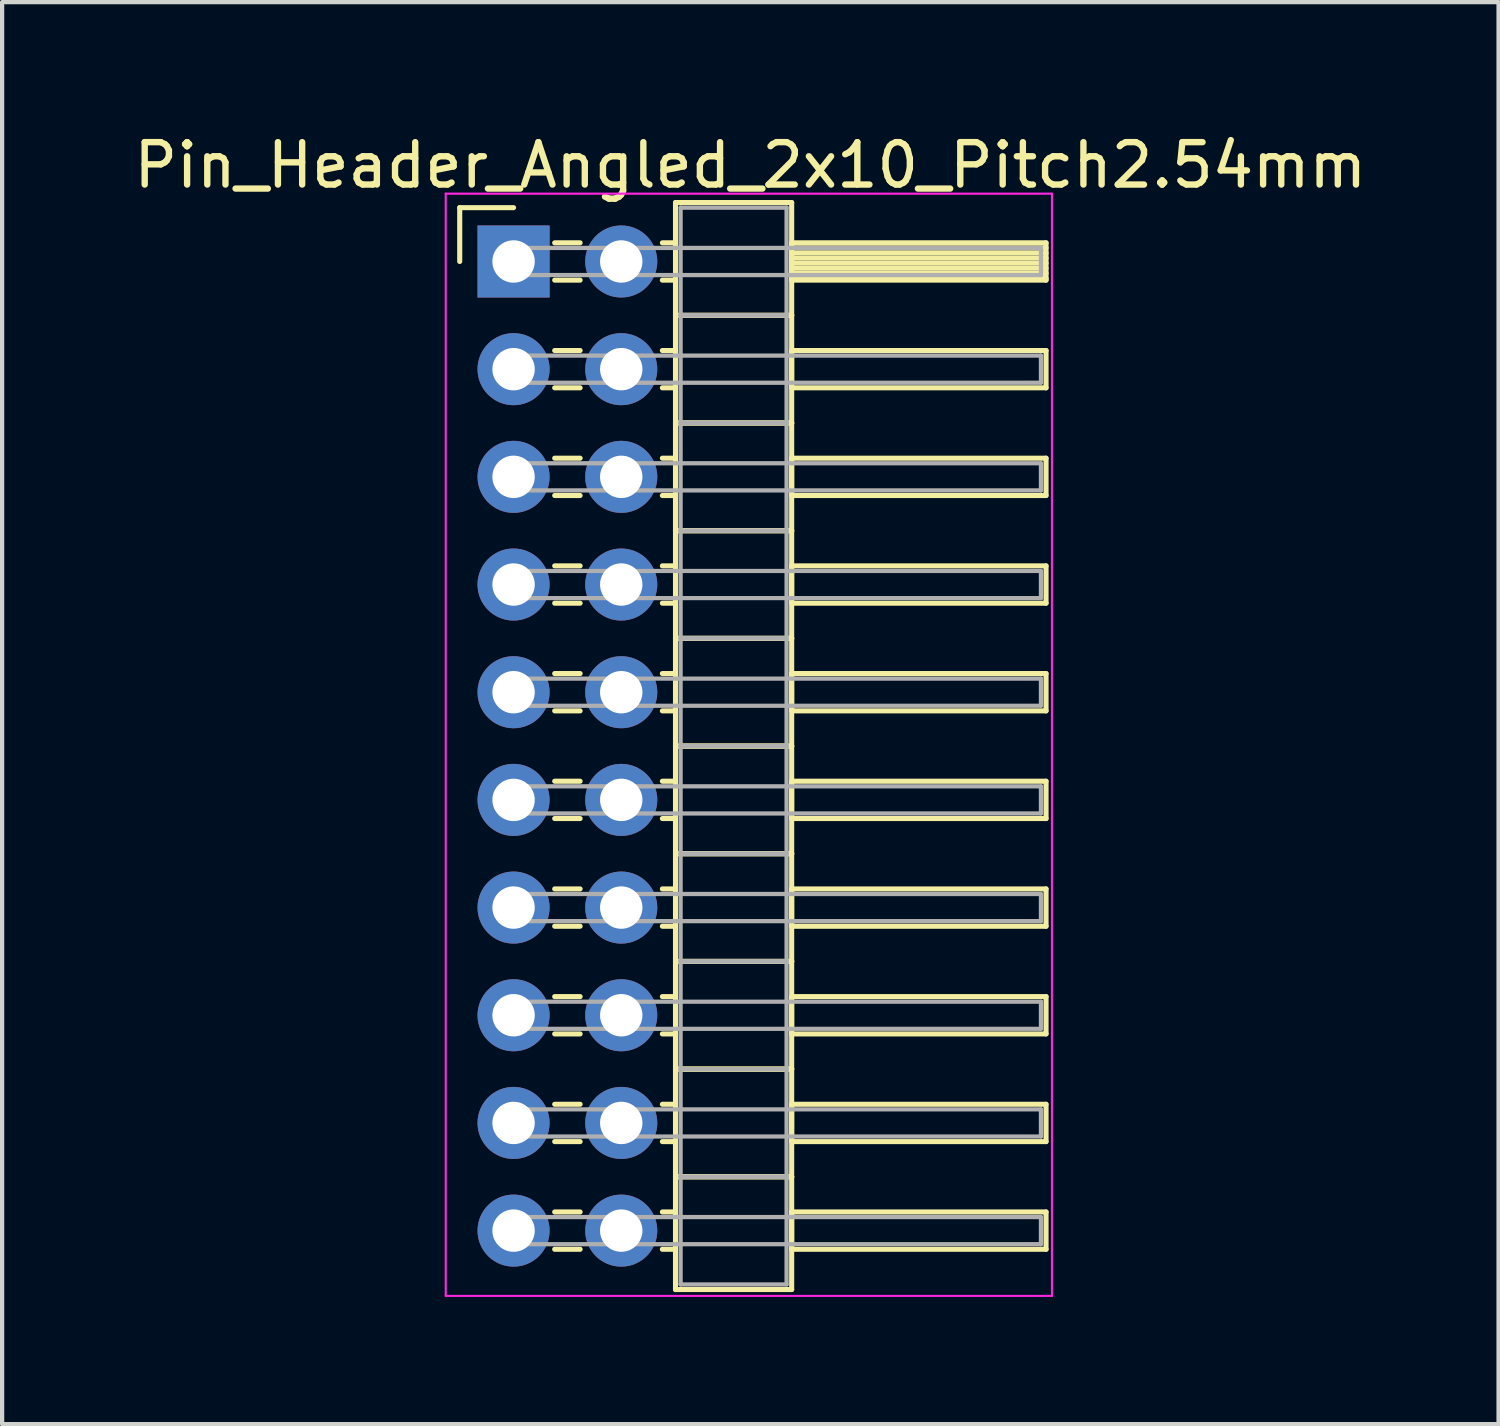
<source format=kicad_pcb>
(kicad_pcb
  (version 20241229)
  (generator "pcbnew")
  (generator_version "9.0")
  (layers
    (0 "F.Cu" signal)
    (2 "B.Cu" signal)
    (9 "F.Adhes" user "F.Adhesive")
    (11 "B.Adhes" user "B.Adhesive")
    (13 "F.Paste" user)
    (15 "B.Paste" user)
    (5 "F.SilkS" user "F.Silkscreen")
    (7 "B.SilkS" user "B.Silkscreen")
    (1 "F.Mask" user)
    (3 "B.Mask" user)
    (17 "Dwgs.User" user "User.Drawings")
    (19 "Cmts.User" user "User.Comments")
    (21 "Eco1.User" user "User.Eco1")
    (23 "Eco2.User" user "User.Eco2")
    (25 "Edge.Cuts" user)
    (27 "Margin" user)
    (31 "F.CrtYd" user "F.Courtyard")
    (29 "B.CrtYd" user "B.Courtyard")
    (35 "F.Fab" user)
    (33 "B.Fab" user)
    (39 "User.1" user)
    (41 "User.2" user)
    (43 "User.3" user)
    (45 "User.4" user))
  (footprint "Pin_Header_Angled_2x10_Pitch2.54mm"
    (layer "F.Cu")
    (at 9.064 3.118)
    (property "Reference" "Pin_Header_Angled_2x10_Pitch2.54mm" (at 5.585 -2.27 0) (layer "F.SilkS") (effects (font (size 1 1) (thickness 0.15))))
    (attr through_hole)
    (fp_line (start -1.27 -1.27) (end 0 -1.27) (stroke (width 0.12) (type solid)) (layer "F.SilkS"))
    (fp_line (start -1.27 0) (end -1.27 -1.27) (stroke (width 0.12) (type solid)) (layer "F.SilkS"))
    (fp_line (start 0.97 -0.44) (end 1.57 -0.44) (stroke (width 0.12) (type solid)) (layer "F.SilkS"))
    (fp_line (start 0.97 0.44) (end 1.57 0.44) (stroke (width 0.12) (type solid)) (layer "F.SilkS"))
    (fp_line (start 0.97 2.1) (end 1.57 2.1) (stroke (width 0.12) (type solid)) (layer "F.SilkS"))
    (fp_line (start 0.97 2.98) (end 1.57 2.98) (stroke (width 0.12) (type solid)) (layer "F.SilkS"))
    (fp_line (start 0.97 4.64) (end 1.57 4.64) (stroke (width 0.12) (type solid)) (layer "F.SilkS"))
    (fp_line (start 0.97 5.52) (end 1.57 5.52) (stroke (width 0.12) (type solid)) (layer "F.SilkS"))
    (fp_line (start 0.97 7.18) (end 1.57 7.18) (stroke (width 0.12) (type solid)) (layer "F.SilkS"))
    (fp_line (start 0.97 8.06) (end 1.57 8.06) (stroke (width 0.12) (type solid)) (layer "F.SilkS"))
    (fp_line (start 0.97 9.72) (end 1.57 9.72) (stroke (width 0.12) (type solid)) (layer "F.SilkS"))
    (fp_line (start 0.97 10.6) (end 1.57 10.6) (stroke (width 0.12) (type solid)) (layer "F.SilkS"))
    (fp_line (start 0.97 12.26) (end 1.57 12.26) (stroke (width 0.12) (type solid)) (layer "F.SilkS"))
    (fp_line (start 0.97 13.14) (end 1.57 13.14) (stroke (width 0.12) (type solid)) (layer "F.SilkS"))
    (fp_line (start 0.97 14.8) (end 1.57 14.8) (stroke (width 0.12) (type solid)) (layer "F.SilkS"))
    (fp_line (start 0.97 15.68) (end 1.57 15.68) (stroke (width 0.12) (type solid)) (layer "F.SilkS"))
    (fp_line (start 0.97 17.34) (end 1.57 17.34) (stroke (width 0.12) (type solid)) (layer "F.SilkS"))
    (fp_line (start 0.97 18.22) (end 1.57 18.22) (stroke (width 0.12) (type solid)) (layer "F.SilkS"))
    (fp_line (start 0.97 19.88) (end 1.57 19.88) (stroke (width 0.12) (type solid)) (layer "F.SilkS"))
    (fp_line (start 0.97 20.76) (end 1.57 20.76) (stroke (width 0.12) (type solid)) (layer "F.SilkS"))
    (fp_line (start 0.97 22.42) (end 1.57 22.42) (stroke (width 0.12) (type solid)) (layer "F.SilkS"))
    (fp_line (start 0.97 23.3) (end 1.57 23.3) (stroke (width 0.12) (type solid)) (layer "F.SilkS"))
    (fp_line (start 3.51 -0.44) (end 3.82 -0.44) (stroke (width 0.12) (type solid)) (layer "F.SilkS"))
    (fp_line (start 3.51 0.44) (end 3.82 0.44) (stroke (width 0.12) (type solid)) (layer "F.SilkS"))
    (fp_line (start 3.51 2.1) (end 3.82 2.1) (stroke (width 0.12) (type solid)) (layer "F.SilkS"))
    (fp_line (start 3.51 2.98) (end 3.82 2.98) (stroke (width 0.12) (type solid)) (layer "F.SilkS"))
    (fp_line (start 3.51 4.64) (end 3.82 4.64) (stroke (width 0.12) (type solid)) (layer "F.SilkS"))
    (fp_line (start 3.51 5.52) (end 3.82 5.52) (stroke (width 0.12) (type solid)) (layer "F.SilkS"))
    (fp_line (start 3.51 7.18) (end 3.82 7.18) (stroke (width 0.12) (type solid)) (layer "F.SilkS"))
    (fp_line (start 3.51 8.06) (end 3.82 8.06) (stroke (width 0.12) (type solid)) (layer "F.SilkS"))
    (fp_line (start 3.51 9.72) (end 3.82 9.72) (stroke (width 0.12) (type solid)) (layer "F.SilkS"))
    (fp_line (start 3.51 10.6) (end 3.82 10.6) (stroke (width 0.12) (type solid)) (layer "F.SilkS"))
    (fp_line (start 3.51 12.26) (end 3.82 12.26) (stroke (width 0.12) (type solid)) (layer "F.SilkS"))
    (fp_line (start 3.51 13.14) (end 3.82 13.14) (stroke (width 0.12) (type solid)) (layer "F.SilkS"))
    (fp_line (start 3.51 14.8) (end 3.82 14.8) (stroke (width 0.12) (type solid)) (layer "F.SilkS"))
    (fp_line (start 3.51 15.68) (end 3.82 15.68) (stroke (width 0.12) (type solid)) (layer "F.SilkS"))
    (fp_line (start 3.51 17.34) (end 3.82 17.34) (stroke (width 0.12) (type solid)) (layer "F.SilkS"))
    (fp_line (start 3.51 18.22) (end 3.82 18.22) (stroke (width 0.12) (type solid)) (layer "F.SilkS"))
    (fp_line (start 3.51 19.88) (end 3.82 19.88) (stroke (width 0.12) (type solid)) (layer "F.SilkS"))
    (fp_line (start 3.51 20.76) (end 3.82 20.76) (stroke (width 0.12) (type solid)) (layer "F.SilkS"))
    (fp_line (start 3.51 22.42) (end 3.82 22.42) (stroke (width 0.12) (type solid)) (layer "F.SilkS"))
    (fp_line (start 3.51 23.3) (end 3.82 23.3) (stroke (width 0.12) (type solid)) (layer "F.SilkS"))
    (fp_line (start 3.82 -1.39) (end 3.82 1.27) (stroke (width 0.12) (type solid)) (layer "F.SilkS"))
    (fp_line (start 3.82 1.27) (end 3.82 3.81) (stroke (width 0.12) (type solid)) (layer "F.SilkS"))
    (fp_line (start 3.82 1.27) (end 6.56 1.27) (stroke (width 0.12) (type solid)) (layer "F.SilkS"))
    (fp_line (start 3.82 3.81) (end 3.82 6.35) (stroke (width 0.12) (type solid)) (layer "F.SilkS"))
    (fp_line (start 3.82 3.81) (end 6.56 3.81) (stroke (width 0.12) (type solid)) (layer "F.SilkS"))
    (fp_line (start 3.82 6.35) (end 3.82 8.89) (stroke (width 0.12) (type solid)) (layer "F.SilkS"))
    (fp_line (start 3.82 6.35) (end 6.56 6.35) (stroke (width 0.12) (type solid)) (layer "F.SilkS"))
    (fp_line (start 3.82 8.89) (end 3.82 11.43) (stroke (width 0.12) (type solid)) (layer "F.SilkS"))
    (fp_line (start 3.82 8.89) (end 6.56 8.89) (stroke (width 0.12) (type solid)) (layer "F.SilkS"))
    (fp_line (start 3.82 11.43) (end 3.82 13.97) (stroke (width 0.12) (type solid)) (layer "F.SilkS"))
    (fp_line (start 3.82 11.43) (end 6.56 11.43) (stroke (width 0.12) (type solid)) (layer "F.SilkS"))
    (fp_line (start 3.82 13.97) (end 3.82 16.51) (stroke (width 0.12) (type solid)) (layer "F.SilkS"))
    (fp_line (start 3.82 13.97) (end 6.56 13.97) (stroke (width 0.12) (type solid)) (layer "F.SilkS"))
    (fp_line (start 3.82 16.51) (end 3.82 19.05) (stroke (width 0.12) (type solid)) (layer "F.SilkS"))
    (fp_line (start 3.82 16.51) (end 6.56 16.51) (stroke (width 0.12) (type solid)) (layer "F.SilkS"))
    (fp_line (start 3.82 19.05) (end 3.82 21.59) (stroke (width 0.12) (type solid)) (layer "F.SilkS"))
    (fp_line (start 3.82 19.05) (end 6.56 19.05) (stroke (width 0.12) (type solid)) (layer "F.SilkS"))
    (fp_line (start 3.82 21.59) (end 3.82 24.25) (stroke (width 0.12) (type solid)) (layer "F.SilkS"))
    (fp_line (start 3.82 21.59) (end 6.56 21.59) (stroke (width 0.12) (type solid)) (layer "F.SilkS"))
    (fp_line (start 3.82 24.25) (end 6.56 24.25) (stroke (width 0.12) (type solid)) (layer "F.SilkS"))
    (fp_line (start 6.56 -1.39) (end 3.82 -1.39) (stroke (width 0.12) (type solid)) (layer "F.SilkS"))
    (fp_line (start 6.56 -0.44) (end 6.56 0.44) (stroke (width 0.12) (type solid)) (layer "F.SilkS"))
    (fp_line (start 6.56 -0.32) (end 12.56 -0.32) (stroke (width 0.12) (type solid)) (layer "F.SilkS"))
    (fp_line (start 6.56 -0.2) (end 12.56 -0.2) (stroke (width 0.12) (type solid)) (layer "F.SilkS"))
    (fp_line (start 6.56 -0.08) (end 12.56 -0.08) (stroke (width 0.12) (type solid)) (layer "F.SilkS"))
    (fp_line (start 6.56 0.04) (end 12.56 0.04) (stroke (width 0.12) (type solid)) (layer "F.SilkS"))
    (fp_line (start 6.56 0.16) (end 12.56 0.16) (stroke (width 0.12) (type solid)) (layer "F.SilkS"))
    (fp_line (start 6.56 0.28) (end 12.56 0.28) (stroke (width 0.12) (type solid)) (layer "F.SilkS"))
    (fp_line (start 6.56 0.4) (end 12.56 0.4) (stroke (width 0.12) (type solid)) (layer "F.SilkS"))
    (fp_line (start 6.56 0.44) (end 12.56 0.44) (stroke (width 0.12) (type solid)) (layer "F.SilkS"))
    (fp_line (start 6.56 1.27) (end 3.82 1.27) (stroke (width 0.12) (type solid)) (layer "F.SilkS"))
    (fp_line (start 6.56 1.27) (end 6.56 -1.39) (stroke (width 0.12) (type solid)) (layer "F.SilkS"))
    (fp_line (start 6.56 2.1) (end 6.56 2.98) (stroke (width 0.12) (type solid)) (layer "F.SilkS"))
    (fp_line (start 6.56 2.98) (end 12.56 2.98) (stroke (width 0.12) (type solid)) (layer "F.SilkS"))
    (fp_line (start 6.56 3.81) (end 3.82 3.81) (stroke (width 0.12) (type solid)) (layer "F.SilkS"))
    (fp_line (start 6.56 3.81) (end 6.56 1.27) (stroke (width 0.12) (type solid)) (layer "F.SilkS"))
    (fp_line (start 6.56 4.64) (end 6.56 5.52) (stroke (width 0.12) (type solid)) (layer "F.SilkS"))
    (fp_line (start 6.56 5.52) (end 12.56 5.52) (stroke (width 0.12) (type solid)) (layer "F.SilkS"))
    (fp_line (start 6.56 6.35) (end 3.82 6.35) (stroke (width 0.12) (type solid)) (layer "F.SilkS"))
    (fp_line (start 6.56 6.35) (end 6.56 3.81) (stroke (width 0.12) (type solid)) (layer "F.SilkS"))
    (fp_line (start 6.56 7.18) (end 6.56 8.06) (stroke (width 0.12) (type solid)) (layer "F.SilkS"))
    (fp_line (start 6.56 8.06) (end 12.56 8.06) (stroke (width 0.12) (type solid)) (layer "F.SilkS"))
    (fp_line (start 6.56 8.89) (end 3.82 8.89) (stroke (width 0.12) (type solid)) (layer "F.SilkS"))
    (fp_line (start 6.56 8.89) (end 6.56 6.35) (stroke (width 0.12) (type solid)) (layer "F.SilkS"))
    (fp_line (start 6.56 9.72) (end 6.56 10.6) (stroke (width 0.12) (type solid)) (layer "F.SilkS"))
    (fp_line (start 6.56 10.6) (end 12.56 10.6) (stroke (width 0.12) (type solid)) (layer "F.SilkS"))
    (fp_line (start 6.56 11.43) (end 3.82 11.43) (stroke (width 0.12) (type solid)) (layer "F.SilkS"))
    (fp_line (start 6.56 11.43) (end 6.56 8.89) (stroke (width 0.12) (type solid)) (layer "F.SilkS"))
    (fp_line (start 6.56 12.26) (end 6.56 13.14) (stroke (width 0.12) (type solid)) (layer "F.SilkS"))
    (fp_line (start 6.56 13.14) (end 12.56 13.14) (stroke (width 0.12) (type solid)) (layer "F.SilkS"))
    (fp_line (start 6.56 13.97) (end 3.82 13.97) (stroke (width 0.12) (type solid)) (layer "F.SilkS"))
    (fp_line (start 6.56 13.97) (end 6.56 11.43) (stroke (width 0.12) (type solid)) (layer "F.SilkS"))
    (fp_line (start 6.56 14.8) (end 6.56 15.68) (stroke (width 0.12) (type solid)) (layer "F.SilkS"))
    (fp_line (start 6.56 15.68) (end 12.56 15.68) (stroke (width 0.12) (type solid)) (layer "F.SilkS"))
    (fp_line (start 6.56 16.51) (end 3.82 16.51) (stroke (width 0.12) (type solid)) (layer "F.SilkS"))
    (fp_line (start 6.56 16.51) (end 6.56 13.97) (stroke (width 0.12) (type solid)) (layer "F.SilkS"))
    (fp_line (start 6.56 17.34) (end 6.56 18.22) (stroke (width 0.12) (type solid)) (layer "F.SilkS"))
    (fp_line (start 6.56 18.22) (end 12.56 18.22) (stroke (width 0.12) (type solid)) (layer "F.SilkS"))
    (fp_line (start 6.56 19.05) (end 3.82 19.05) (stroke (width 0.12) (type solid)) (layer "F.SilkS"))
    (fp_line (start 6.56 19.05) (end 6.56 16.51) (stroke (width 0.12) (type solid)) (layer "F.SilkS"))
    (fp_line (start 6.56 19.88) (end 6.56 20.76) (stroke (width 0.12) (type solid)) (layer "F.SilkS"))
    (fp_line (start 6.56 20.76) (end 12.56 20.76) (stroke (width 0.12) (type solid)) (layer "F.SilkS"))
    (fp_line (start 6.56 21.59) (end 3.82 21.59) (stroke (width 0.12) (type solid)) (layer "F.SilkS"))
    (fp_line (start 6.56 21.59) (end 6.56 19.05) (stroke (width 0.12) (type solid)) (layer "F.SilkS"))
    (fp_line (start 6.56 22.42) (end 6.56 23.3) (stroke (width 0.12) (type solid)) (layer "F.SilkS"))
    (fp_line (start 6.56 23.3) (end 12.56 23.3) (stroke (width 0.12) (type solid)) (layer "F.SilkS"))
    (fp_line (start 6.56 24.25) (end 6.56 21.59) (stroke (width 0.12) (type solid)) (layer "F.SilkS"))
    (fp_line (start 12.56 -0.44) (end 6.56 -0.44) (stroke (width 0.12) (type solid)) (layer "F.SilkS"))
    (fp_line (start 12.56 0.44) (end 12.56 -0.44) (stroke (width 0.12) (type solid)) (layer "F.SilkS"))
    (fp_line (start 12.56 2.1) (end 6.56 2.1) (stroke (width 0.12) (type solid)) (layer "F.SilkS"))
    (fp_line (start 12.56 2.98) (end 12.56 2.1) (stroke (width 0.12) (type solid)) (layer "F.SilkS"))
    (fp_line (start 12.56 4.64) (end 6.56 4.64) (stroke (width 0.12) (type solid)) (layer "F.SilkS"))
    (fp_line (start 12.56 5.52) (end 12.56 4.64) (stroke (width 0.12) (type solid)) (layer "F.SilkS"))
    (fp_line (start 12.56 7.18) (end 6.56 7.18) (stroke (width 0.12) (type solid)) (layer "F.SilkS"))
    (fp_line (start 12.56 8.06) (end 12.56 7.18) (stroke (width 0.12) (type solid)) (layer "F.SilkS"))
    (fp_line (start 12.56 9.72) (end 6.56 9.72) (stroke (width 0.12) (type solid)) (layer "F.SilkS"))
    (fp_line (start 12.56 10.6) (end 12.56 9.72) (stroke (width 0.12) (type solid)) (layer "F.SilkS"))
    (fp_line (start 12.56 12.26) (end 6.56 12.26) (stroke (width 0.12) (type solid)) (layer "F.SilkS"))
    (fp_line (start 12.56 13.14) (end 12.56 12.26) (stroke (width 0.12) (type solid)) (layer "F.SilkS"))
    (fp_line (start 12.56 14.8) (end 6.56 14.8) (stroke (width 0.12) (type solid)) (layer "F.SilkS"))
    (fp_line (start 12.56 15.68) (end 12.56 14.8) (stroke (width 0.12) (type solid)) (layer "F.SilkS"))
    (fp_line (start 12.56 17.34) (end 6.56 17.34) (stroke (width 0.12) (type solid)) (layer "F.SilkS"))
    (fp_line (start 12.56 18.22) (end 12.56 17.34) (stroke (width 0.12) (type solid)) (layer "F.SilkS"))
    (fp_line (start 12.56 19.88) (end 6.56 19.88) (stroke (width 0.12) (type solid)) (layer "F.SilkS"))
    (fp_line (start 12.56 20.76) (end 12.56 19.88) (stroke (width 0.12) (type solid)) (layer "F.SilkS"))
    (fp_line (start 12.56 22.42) (end 6.56 22.42) (stroke (width 0.12) (type solid)) (layer "F.SilkS"))
    (fp_line (start 12.56 23.3) (end 12.56 22.42) (stroke (width 0.12) (type solid)) (layer "F.SilkS"))
    (fp_line (start -1.6 -1.6) (end -1.6 24.4) (stroke (width 0.05) (type solid)) (layer "F.CrtYd"))
    (fp_line (start -1.6 24.4) (end 12.7 24.4) (stroke (width 0.05) (type solid)) (layer "F.CrtYd"))
    (fp_line (start 12.7 -1.6) (end -1.6 -1.6) (stroke (width 0.05) (type solid)) (layer "F.CrtYd"))
    (fp_line (start 12.7 24.4) (end 12.7 -1.6) (stroke (width 0.05) (type solid)) (layer "F.CrtYd"))
    (fp_line (start 0 -0.32) (end 0 0.32) (stroke (width 0.1) (type solid)) (layer "F.Fab"))
    (fp_line (start 0 0.32) (end 12.44 0.32) (stroke (width 0.1) (type solid)) (layer "F.Fab"))
    (fp_line (start 0 2.22) (end 0 2.86) (stroke (width 0.1) (type solid)) (layer "F.Fab"))
    (fp_line (start 0 2.86) (end 12.44 2.86) (stroke (width 0.1) (type solid)) (layer "F.Fab"))
    (fp_line (start 0 4.76) (end 0 5.4) (stroke (width 0.1) (type solid)) (layer "F.Fab"))
    (fp_line (start 0 5.4) (end 12.44 5.4) (stroke (width 0.1) (type solid)) (layer "F.Fab"))
    (fp_line (start 0 7.3) (end 0 7.94) (stroke (width 0.1) (type solid)) (layer "F.Fab"))
    (fp_line (start 0 7.94) (end 12.44 7.94) (stroke (width 0.1) (type solid)) (layer "F.Fab"))
    (fp_line (start 0 9.84) (end 0 10.48) (stroke (width 0.1) (type solid)) (layer "F.Fab"))
    (fp_line (start 0 10.48) (end 12.44 10.48) (stroke (width 0.1) (type solid)) (layer "F.Fab"))
    (fp_line (start 0 12.38) (end 0 13.02) (stroke (width 0.1) (type solid)) (layer "F.Fab"))
    (fp_line (start 0 13.02) (end 12.44 13.02) (stroke (width 0.1) (type solid)) (layer "F.Fab"))
    (fp_line (start 0 14.92) (end 0 15.56) (stroke (width 0.1) (type solid)) (layer "F.Fab"))
    (fp_line (start 0 15.56) (end 12.44 15.56) (stroke (width 0.1) (type solid)) (layer "F.Fab"))
    (fp_line (start 0 17.46) (end 0 18.1) (stroke (width 0.1) (type solid)) (layer "F.Fab"))
    (fp_line (start 0 18.1) (end 12.44 18.1) (stroke (width 0.1) (type solid)) (layer "F.Fab"))
    (fp_line (start 0 20) (end 0 20.64) (stroke (width 0.1) (type solid)) (layer "F.Fab"))
    (fp_line (start 0 20.64) (end 12.44 20.64) (stroke (width 0.1) (type solid)) (layer "F.Fab"))
    (fp_line (start 0 22.54) (end 0 23.18) (stroke (width 0.1) (type solid)) (layer "F.Fab"))
    (fp_line (start 0 23.18) (end 12.44 23.18) (stroke (width 0.1) (type solid)) (layer "F.Fab"))
    (fp_line (start 3.94 -1.27) (end 3.94 1.27) (stroke (width 0.1) (type solid)) (layer "F.Fab"))
    (fp_line (start 3.94 1.27) (end 3.94 3.81) (stroke (width 0.1) (type solid)) (layer "F.Fab"))
    (fp_line (start 3.94 1.27) (end 6.44 1.27) (stroke (width 0.1) (type solid)) (layer "F.Fab"))
    (fp_line (start 3.94 3.81) (end 3.94 6.35) (stroke (width 0.1) (type solid)) (layer "F.Fab"))
    (fp_line (start 3.94 3.81) (end 6.44 3.81) (stroke (width 0.1) (type solid)) (layer "F.Fab"))
    (fp_line (start 3.94 6.35) (end 3.94 8.89) (stroke (width 0.1) (type solid)) (layer "F.Fab"))
    (fp_line (start 3.94 6.35) (end 6.44 6.35) (stroke (width 0.1) (type solid)) (layer "F.Fab"))
    (fp_line (start 3.94 8.89) (end 3.94 11.43) (stroke (width 0.1) (type solid)) (layer "F.Fab"))
    (fp_line (start 3.94 8.89) (end 6.44 8.89) (stroke (width 0.1) (type solid)) (layer "F.Fab"))
    (fp_line (start 3.94 11.43) (end 3.94 13.97) (stroke (width 0.1) (type solid)) (layer "F.Fab"))
    (fp_line (start 3.94 11.43) (end 6.44 11.43) (stroke (width 0.1) (type solid)) (layer "F.Fab"))
    (fp_line (start 3.94 13.97) (end 3.94 16.51) (stroke (width 0.1) (type solid)) (layer "F.Fab"))
    (fp_line (start 3.94 13.97) (end 6.44 13.97) (stroke (width 0.1) (type solid)) (layer "F.Fab"))
    (fp_line (start 3.94 16.51) (end 3.94 19.05) (stroke (width 0.1) (type solid)) (layer "F.Fab"))
    (fp_line (start 3.94 16.51) (end 6.44 16.51) (stroke (width 0.1) (type solid)) (layer "F.Fab"))
    (fp_line (start 3.94 19.05) (end 3.94 21.59) (stroke (width 0.1) (type solid)) (layer "F.Fab"))
    (fp_line (start 3.94 19.05) (end 6.44 19.05) (stroke (width 0.1) (type solid)) (layer "F.Fab"))
    (fp_line (start 3.94 21.59) (end 3.94 24.13) (stroke (width 0.1) (type solid)) (layer "F.Fab"))
    (fp_line (start 3.94 21.59) (end 6.44 21.59) (stroke (width 0.1) (type solid)) (layer "F.Fab"))
    (fp_line (start 3.94 24.13) (end 6.44 24.13) (stroke (width 0.1) (type solid)) (layer "F.Fab"))
    (fp_line (start 6.44 -1.27) (end 3.94 -1.27) (stroke (width 0.1) (type solid)) (layer "F.Fab"))
    (fp_line (start 6.44 1.27) (end 3.94 1.27) (stroke (width 0.1) (type solid)) (layer "F.Fab"))
    (fp_line (start 6.44 1.27) (end 6.44 -1.27) (stroke (width 0.1) (type solid)) (layer "F.Fab"))
    (fp_line (start 6.44 3.81) (end 3.94 3.81) (stroke (width 0.1) (type solid)) (layer "F.Fab"))
    (fp_line (start 6.44 3.81) (end 6.44 1.27) (stroke (width 0.1) (type solid)) (layer "F.Fab"))
    (fp_line (start 6.44 6.35) (end 3.94 6.35) (stroke (width 0.1) (type solid)) (layer "F.Fab"))
    (fp_line (start 6.44 6.35) (end 6.44 3.81) (stroke (width 0.1) (type solid)) (layer "F.Fab"))
    (fp_line (start 6.44 8.89) (end 3.94 8.89) (stroke (width 0.1) (type solid)) (layer "F.Fab"))
    (fp_line (start 6.44 8.89) (end 6.44 6.35) (stroke (width 0.1) (type solid)) (layer "F.Fab"))
    (fp_line (start 6.44 11.43) (end 3.94 11.43) (stroke (width 0.1) (type solid)) (layer "F.Fab"))
    (fp_line (start 6.44 11.43) (end 6.44 8.89) (stroke (width 0.1) (type solid)) (layer "F.Fab"))
    (fp_line (start 6.44 13.97) (end 3.94 13.97) (stroke (width 0.1) (type solid)) (layer "F.Fab"))
    (fp_line (start 6.44 13.97) (end 6.44 11.43) (stroke (width 0.1) (type solid)) (layer "F.Fab"))
    (fp_line (start 6.44 16.51) (end 3.94 16.51) (stroke (width 0.1) (type solid)) (layer "F.Fab"))
    (fp_line (start 6.44 16.51) (end 6.44 13.97) (stroke (width 0.1) (type solid)) (layer "F.Fab"))
    (fp_line (start 6.44 19.05) (end 3.94 19.05) (stroke (width 0.1) (type solid)) (layer "F.Fab"))
    (fp_line (start 6.44 19.05) (end 6.44 16.51) (stroke (width 0.1) (type solid)) (layer "F.Fab"))
    (fp_line (start 6.44 21.59) (end 3.94 21.59) (stroke (width 0.1) (type solid)) (layer "F.Fab"))
    (fp_line (start 6.44 21.59) (end 6.44 19.05) (stroke (width 0.1) (type solid)) (layer "F.Fab"))
    (fp_line (start 6.44 24.13) (end 6.44 21.59) (stroke (width 0.1) (type solid)) (layer "F.Fab"))
    (fp_line (start 12.44 -0.32) (end 0 -0.32) (stroke (width 0.1) (type solid)) (layer "F.Fab"))
    (fp_line (start 12.44 0.32) (end 12.44 -0.32) (stroke (width 0.1) (type solid)) (layer "F.Fab"))
    (fp_line (start 12.44 2.22) (end 0 2.22) (stroke (width 0.1) (type solid)) (layer "F.Fab"))
    (fp_line (start 12.44 2.86) (end 12.44 2.22) (stroke (width 0.1) (type solid)) (layer "F.Fab"))
    (fp_line (start 12.44 4.76) (end 0 4.76) (stroke (width 0.1) (type solid)) (layer "F.Fab"))
    (fp_line (start 12.44 5.4) (end 12.44 4.76) (stroke (width 0.1) (type solid)) (layer "F.Fab"))
    (fp_line (start 12.44 7.3) (end 0 7.3) (stroke (width 0.1) (type solid)) (layer "F.Fab"))
    (fp_line (start 12.44 7.94) (end 12.44 7.3) (stroke (width 0.1) (type solid)) (layer "F.Fab"))
    (fp_line (start 12.44 9.84) (end 0 9.84) (stroke (width 0.1) (type solid)) (layer "F.Fab"))
    (fp_line (start 12.44 10.48) (end 12.44 9.84) (stroke (width 0.1) (type solid)) (layer "F.Fab"))
    (fp_line (start 12.44 12.38) (end 0 12.38) (stroke (width 0.1) (type solid)) (layer "F.Fab"))
    (fp_line (start 12.44 13.02) (end 12.44 12.38) (stroke (width 0.1) (type solid)) (layer "F.Fab"))
    (fp_line (start 12.44 14.92) (end 0 14.92) (stroke (width 0.1) (type solid)) (layer "F.Fab"))
    (fp_line (start 12.44 15.56) (end 12.44 14.92) (stroke (width 0.1) (type solid)) (layer "F.Fab"))
    (fp_line (start 12.44 17.46) (end 0 17.46) (stroke (width 0.1) (type solid)) (layer "F.Fab"))
    (fp_line (start 12.44 18.1) (end 12.44 17.46) (stroke (width 0.1) (type solid)) (layer "F.Fab"))
    (fp_line (start 12.44 20) (end 0 20) (stroke (width 0.1) (type solid)) (layer "F.Fab"))
    (fp_line (start 12.44 20.64) (end 12.44 20) (stroke (width 0.1) (type solid)) (layer "F.Fab"))
    (fp_line (start 12.44 22.54) (end 0 22.54) (stroke (width 0.1) (type solid)) (layer "F.Fab"))
    (fp_line (start 12.44 23.18) (end 12.44 22.54) (stroke (width 0.1) (type solid)) (layer "F.Fab"))
    (pad "1" thru_hole rect (at 0 0) (size 1.7 1.7) (drill 1) (layers "*.Cu" "*.Mask"))
    (pad "2" thru_hole oval (at 2.54 0) (size 1.7 1.7) (drill 1) (layers "*.Cu" "*.Mask"))
    (pad "3" thru_hole oval (at 0 2.54) (size 1.7 1.7) (drill 1) (layers "*.Cu" "*.Mask"))
    (pad "4" thru_hole oval (at 2.54 2.54) (size 1.7 1.7) (drill 1) (layers "*.Cu" "*.Mask"))
    (pad "5" thru_hole oval (at 0 5.08) (size 1.7 1.7) (drill 1) (layers "*.Cu" "*.Mask"))
    (pad "6" thru_hole oval (at 2.54 5.08) (size 1.7 1.7) (drill 1) (layers "*.Cu" "*.Mask"))
    (pad "7" thru_hole oval (at 0 7.62) (size 1.7 1.7) (drill 1) (layers "*.Cu" "*.Mask"))
    (pad "8" thru_hole oval (at 2.54 7.62) (size 1.7 1.7) (drill 1) (layers "*.Cu" "*.Mask"))
    (pad "9" thru_hole oval (at 0 10.16) (size 1.7 1.7) (drill 1) (layers "*.Cu" "*.Mask"))
    (pad "10" thru_hole oval (at 2.54 10.16) (size 1.7 1.7) (drill 1) (layers "*.Cu" "*.Mask"))
    (pad "11" thru_hole oval (at 0 12.7) (size 1.7 1.7) (drill 1) (layers "*.Cu" "*.Mask"))
    (pad "12" thru_hole oval (at 2.54 12.7) (size 1.7 1.7) (drill 1) (layers "*.Cu" "*.Mask"))
    (pad "13" thru_hole oval (at 0 15.24) (size 1.7 1.7) (drill 1) (layers "*.Cu" "*.Mask"))
    (pad "14" thru_hole oval (at 2.54 15.24) (size 1.7 1.7) (drill 1) (layers "*.Cu" "*.Mask"))
    (pad "15" thru_hole oval (at 0 17.78) (size 1.7 1.7) (drill 1) (layers "*.Cu" "*.Mask"))
    (pad "16" thru_hole oval (at 2.54 17.78) (size 1.7 1.7) (drill 1) (layers "*.Cu" "*.Mask"))
    (pad "17" thru_hole oval (at 0 20.32) (size 1.7 1.7) (drill 1) (layers "*.Cu" "*.Mask"))
    (pad "18" thru_hole oval (at 2.54 20.32) (size 1.7 1.7) (drill 1) (layers "*.Cu" "*.Mask"))
    (pad "19" thru_hole oval (at 0 22.86) (size 1.7 1.7) (drill 1) (layers "*.Cu" "*.Mask"))
    (pad "20" thru_hole oval (at 2.54 22.86) (size 1.7 1.7) (drill 1) (layers "*.Cu" "*.Mask")))
  (gr_rect
    (start -3 -3)
    (end 32.298 30.543)
    (stroke (width 0.1) (type default))
    (fill no)
    (layer "Edge.Cuts")))
</source>
